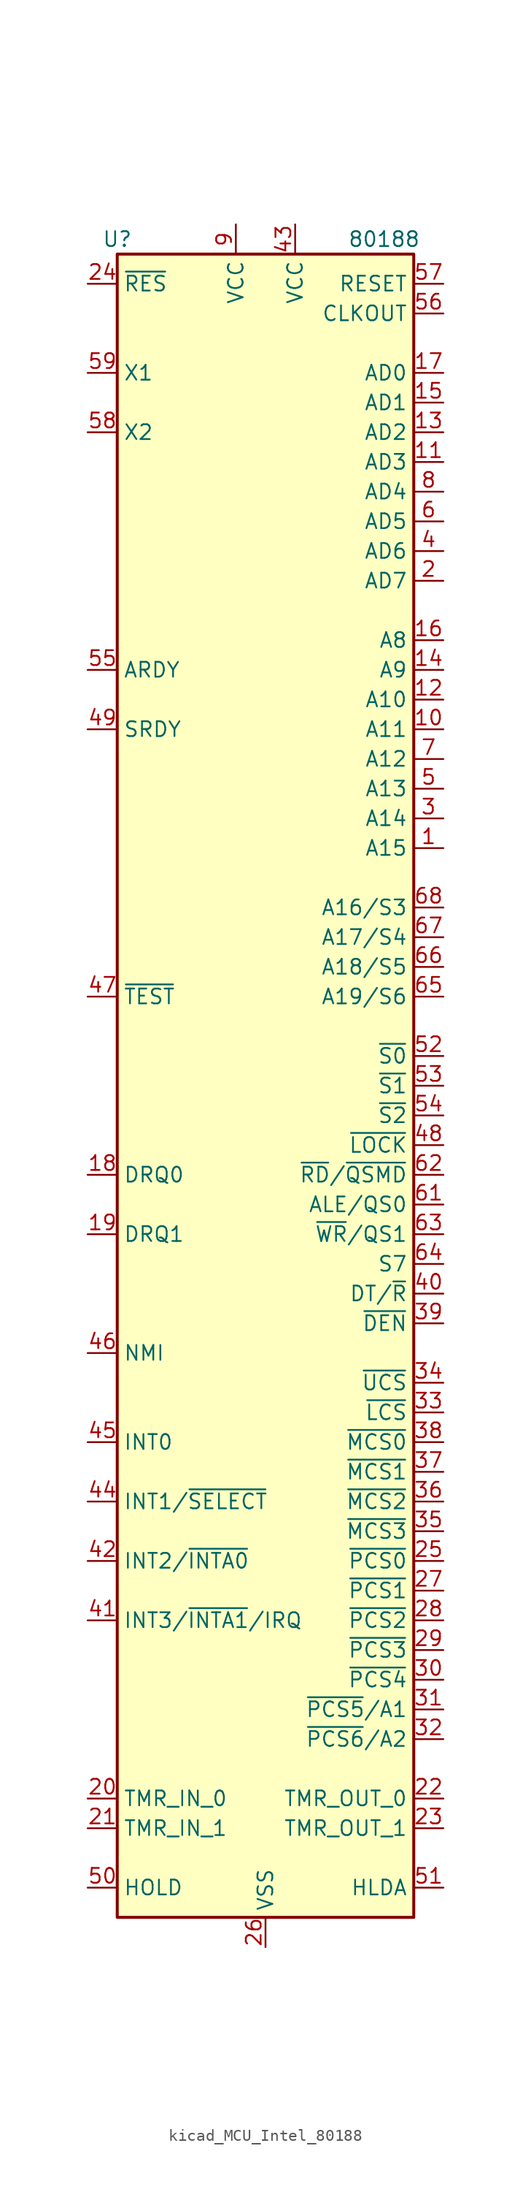
<source format=kicad_sym>
(kicad_symbol_lib
  (version 20220914)
  (generator kicad_symbol_editor)
  (symbol "kicad_MCU_Intel_80188"
    (property "Reference" "U"
      (at -12.7 72.39 0)
      (effects (font (size 1.27 1.27))))
    (property "Value" "80188"
      (at 10.16 72.39 0)
      (effects (font (size 1.27 1.27))))
    (symbol "kicad_MCU_Intel_80188_0_1"
      (rectangle (start 12.7 -71.12) (end -12.7 71.12) (stroke (width 0.254) (type default)) (fill (type background))))
    (symbol "kicad_MCU_Intel_80188_1_1"
      (pin output line (at 15.24 20.32 180) (length 2.54) (name "A15" (effects (font (size 1.27 1.27)))) (number "1" (effects (font (size 1.27 1.27)))))
      (pin output line (at 15.24 30.48 180) (length 2.54) (name "A11" (effects (font (size 1.27 1.27)))) (number "10" (effects (font (size 1.27 1.27)))))
      (pin bidirectional line (at 15.24 53.34 180) (length 2.54) (name "AD3" (effects (font (size 1.27 1.27)))) (number "11" (effects (font (size 1.27 1.27)))))
      (pin output line (at 15.24 33.02 180) (length 2.54) (name "A10" (effects (font (size 1.27 1.27)))) (number "12" (effects (font (size 1.27 1.27)))))
      (pin bidirectional line (at 15.24 55.88 180) (length 2.54) (name "AD2" (effects (font (size 1.27 1.27)))) (number "13" (effects (font (size 1.27 1.27)))))
      (pin output line (at 15.24 35.56 180) (length 2.54) (name "A9" (effects (font (size 1.27 1.27)))) (number "14" (effects (font (size 1.27 1.27)))))
      (pin bidirectional line (at 15.24 58.42 180) (length 2.54) (name "AD1" (effects (font (size 1.27 1.27)))) (number "15" (effects (font (size 1.27 1.27)))))
      (pin output line (at 15.24 38.1 180) (length 2.54) (name "A8" (effects (font (size 1.27 1.27)))) (number "16" (effects (font (size 1.27 1.27)))))
      (pin bidirectional line (at 15.24 60.96 180) (length 2.54) (name "AD0" (effects (font (size 1.27 1.27)))) (number "17" (effects (font (size 1.27 1.27)))))
      (pin input line (at -15.24 -7.62 0) (length 2.54) (name "DRQ0" (effects (font (size 1.27 1.27)))) (number "18" (effects (font (size 1.27 1.27)))))
      (pin input line (at -15.24 -12.7 0) (length 2.54) (name "DRQ1" (effects (font (size 1.27 1.27)))) (number "19" (effects (font (size 1.27 1.27)))))
      (pin bidirectional line (at 15.24 43.18 180) (length 2.54) (name "AD7" (effects (font (size 1.27 1.27)))) (number "2" (effects (font (size 1.27 1.27)))))
      (pin input line (at -15.24 -60.96 0) (length 2.54) (name "TMR_IN_0" (effects (font (size 1.27 1.27)))) (number "20" (effects (font (size 1.27 1.27)))))
      (pin input line (at -15.24 -63.5 0) (length 2.54) (name "TMR_IN_1" (effects (font (size 1.27 1.27)))) (number "21" (effects (font (size 1.27 1.27)))))
      (pin output line (at 15.24 -60.96 180) (length 2.54) (name "TMR_OUT_0" (effects (font (size 1.27 1.27)))) (number "22" (effects (font (size 1.27 1.27)))))
      (pin output line (at 15.24 -63.5 180) (length 2.54) (name "TMR_OUT_1" (effects (font (size 1.27 1.27)))) (number "23" (effects (font (size 1.27 1.27)))))
      (pin input line (at -15.24 68.58 0) (length 2.54) (name "~{RES}" (effects (font (size 1.27 1.27)))) (number "24" (effects (font (size 1.27 1.27)))))
      (pin output line (at 15.24 -40.64 180) (length 2.54) (name "~{PCS0}" (effects (font (size 1.27 1.27)))) (number "25" (effects (font (size 1.27 1.27)))))
      (pin power_in line (at 0 -73.66 90) (length 2.54) (name "VSS" (effects (font (size 1.27 1.27)))) (number "26" (effects (font (size 1.27 1.27)))))
      (pin output line (at 15.24 -43.18 180) (length 2.54) (name "~{PCS1}" (effects (font (size 1.27 1.27)))) (number "27" (effects (font (size 1.27 1.27)))))
      (pin output line (at 15.24 -45.72 180) (length 2.54) (name "~{PCS2}" (effects (font (size 1.27 1.27)))) (number "28" (effects (font (size 1.27 1.27)))))
      (pin output line (at 15.24 -48.26 180) (length 2.54) (name "~{PCS3}" (effects (font (size 1.27 1.27)))) (number "29" (effects (font (size 1.27 1.27)))))
      (pin output line (at 15.24 22.86 180) (length 2.54) (name "A14" (effects (font (size 1.27 1.27)))) (number "3" (effects (font (size 1.27 1.27)))))
      (pin output line (at 15.24 -50.8 180) (length 2.54) (name "~{PCS4}" (effects (font (size 1.27 1.27)))) (number "30" (effects (font (size 1.27 1.27)))))
      (pin output line (at 15.24 -53.34 180) (length 2.54) (name "~{PCS5}/A1" (effects (font (size 1.27 1.27)))) (number "31" (effects (font (size 1.27 1.27)))))
      (pin output line (at 15.24 -55.88 180) (length 2.54) (name "~{PCS6}/A2" (effects (font (size 1.27 1.27)))) (number "32" (effects (font (size 1.27 1.27)))))
      (pin output line (at 15.24 -27.94 180) (length 2.54) (name "~{LCS}" (effects (font (size 1.27 1.27)))) (number "33" (effects (font (size 1.27 1.27)))))
      (pin output line (at 15.24 -25.4 180) (length 2.54) (name "~{UCS}" (effects (font (size 1.27 1.27)))) (number "34" (effects (font (size 1.27 1.27)))))
      (pin output line (at 15.24 -38.1 180) (length 2.54) (name "~{MCS3}" (effects (font (size 1.27 1.27)))) (number "35" (effects (font (size 1.27 1.27)))))
      (pin output line (at 15.24 -35.56 180) (length 2.54) (name "~{MCS2}" (effects (font (size 1.27 1.27)))) (number "36" (effects (font (size 1.27 1.27)))))
      (pin output line (at 15.24 -33.02 180) (length 2.54) (name "~{MCS1}" (effects (font (size 1.27 1.27)))) (number "37" (effects (font (size 1.27 1.27)))))
      (pin output line (at 15.24 -30.48 180) (length 2.54) (name "~{MCS0}" (effects (font (size 1.27 1.27)))) (number "38" (effects (font (size 1.27 1.27)))))
      (pin output line (at 15.24 -20.32 180) (length 2.54) (name "~{DEN}" (effects (font (size 1.27 1.27)))) (number "39" (effects (font (size 1.27 1.27)))))
      (pin bidirectional line (at 15.24 45.72 180) (length 2.54) (name "AD6" (effects (font (size 1.27 1.27)))) (number "4" (effects (font (size 1.27 1.27)))))
      (pin output line (at 15.24 -17.78 180) (length 2.54) (name "DT/~{R}" (effects (font (size 1.27 1.27)))) (number "40" (effects (font (size 1.27 1.27)))))
      (pin bidirectional line (at -15.24 -45.72 0) (length 2.54) (name "INT3/~{INTA1}/IRQ" (effects (font (size 1.27 1.27)))) (number "41" (effects (font (size 1.27 1.27)))))
      (pin bidirectional line (at -15.24 -40.64 0) (length 2.54) (name "INT2/~{INTA0}" (effects (font (size 1.27 1.27)))) (number "42" (effects (font (size 1.27 1.27)))))
      (pin power_in line (at 2.54 73.66 270) (length 2.54) (name "VCC" (effects (font (size 1.27 1.27)))) (number "43" (effects (font (size 1.27 1.27)))))
      (pin input line (at -15.24 -35.56 0) (length 2.54) (name "INT1/~{SELECT}" (effects (font (size 1.27 1.27)))) (number "44" (effects (font (size 1.27 1.27)))))
      (pin input line (at -15.24 -30.48 0) (length 2.54) (name "INT0" (effects (font (size 1.27 1.27)))) (number "45" (effects (font (size 1.27 1.27)))))
      (pin input line (at -15.24 -22.86 0) (length 2.54) (name "NMI" (effects (font (size 1.27 1.27)))) (number "46" (effects (font (size 1.27 1.27)))))
      (pin bidirectional line (at -15.24 7.62 0) (length 2.54) (name "~{TEST}" (effects (font (size 1.27 1.27)))) (number "47" (effects (font (size 1.27 1.27)))))
      (pin output line (at 15.24 -5.08 180) (length 2.54) (name "~{LOCK}" (effects (font (size 1.27 1.27)))) (number "48" (effects (font (size 1.27 1.27)))))
      (pin input line (at -15.24 30.48 0) (length 2.54) (name "SRDY" (effects (font (size 1.27 1.27)))) (number "49" (effects (font (size 1.27 1.27)))))
      (pin output line (at 15.24 25.4 180) (length 2.54) (name "A13" (effects (font (size 1.27 1.27)))) (number "5" (effects (font (size 1.27 1.27)))))
      (pin input line (at -15.24 -68.58 0) (length 2.54) (name "HOLD" (effects (font (size 1.27 1.27)))) (number "50" (effects (font (size 1.27 1.27)))))
      (pin output line (at 15.24 -68.58 180) (length 2.54) (name "HLDA" (effects (font (size 1.27 1.27)))) (number "51" (effects (font (size 1.27 1.27)))))
      (pin output line (at 15.24 2.54 180) (length 2.54) (name "~{S0}" (effects (font (size 1.27 1.27)))) (number "52" (effects (font (size 1.27 1.27)))))
      (pin output line (at 15.24 0 180) (length 2.54) (name "~{S1}" (effects (font (size 1.27 1.27)))) (number "53" (effects (font (size 1.27 1.27)))))
      (pin output line (at 15.24 -2.54 180) (length 2.54) (name "~{S2}" (effects (font (size 1.27 1.27)))) (number "54" (effects (font (size 1.27 1.27)))))
      (pin input line (at -15.24 35.56 0) (length 2.54) (name "ARDY" (effects (font (size 1.27 1.27)))) (number "55" (effects (font (size 1.27 1.27)))))
      (pin output line (at 15.24 66.04 180) (length 2.54) (name "CLKOUT" (effects (font (size 1.27 1.27)))) (number "56" (effects (font (size 1.27 1.27)))))
      (pin output line (at 15.24 68.58 180) (length 2.54) (name "RESET" (effects (font (size 1.27 1.27)))) (number "57" (effects (font (size 1.27 1.27)))))
      (pin output line (at -15.24 55.88 0) (length 2.54) (name "X2" (effects (font (size 1.27 1.27)))) (number "58" (effects (font (size 1.27 1.27)))))
      (pin input line (at -15.24 60.96 0) (length 2.54) (name "X1" (effects (font (size 1.27 1.27)))) (number "59" (effects (font (size 1.27 1.27)))))
      (pin bidirectional line (at 15.24 48.26 180) (length 2.54) (name "AD5" (effects (font (size 1.27 1.27)))) (number "6" (effects (font (size 1.27 1.27)))))
      (pin passive line (at 0 -73.66 90) (length 2.54) hide (name "VSS" (effects (font (size 1.27 1.27)))) (number "60" (effects (font (size 1.27 1.27)))))
      (pin output line (at 15.24 -10.16 180) (length 2.54) (name "ALE/QS0" (effects (font (size 1.27 1.27)))) (number "61" (effects (font (size 1.27 1.27)))))
      (pin bidirectional line (at 15.24 -7.62 180) (length 2.54) (name "~{RD}/~{QSMD}" (effects (font (size 1.27 1.27)))) (number "62" (effects (font (size 1.27 1.27)))))
      (pin output line (at 15.24 -12.7 180) (length 2.54) (name "~{WR}/QS1" (effects (font (size 1.27 1.27)))) (number "63" (effects (font (size 1.27 1.27)))))
      (pin output line (at 15.24 -15.24 180) (length 2.54) (name "S7" (effects (font (size 1.27 1.27)))) (number "64" (effects (font (size 1.27 1.27)))))
      (pin output line (at 15.24 7.62 180) (length 2.54) (name "A19/S6" (effects (font (size 1.27 1.27)))) (number "65" (effects (font (size 1.27 1.27)))))
      (pin output line (at 15.24 10.16 180) (length 2.54) (name "A18/S5" (effects (font (size 1.27 1.27)))) (number "66" (effects (font (size 1.27 1.27)))))
      (pin output line (at 15.24 12.7 180) (length 2.54) (name "A17/S4" (effects (font (size 1.27 1.27)))) (number "67" (effects (font (size 1.27 1.27)))))
      (pin output line (at 15.24 15.24 180) (length 2.54) (name "A16/S3" (effects (font (size 1.27 1.27)))) (number "68" (effects (font (size 1.27 1.27)))))
      (pin output line (at 15.24 27.94 180) (length 2.54) (name "A12" (effects (font (size 1.27 1.27)))) (number "7" (effects (font (size 1.27 1.27)))))
      (pin bidirectional line (at 15.24 50.8 180) (length 2.54) (name "AD4" (effects (font (size 1.27 1.27)))) (number "8" (effects (font (size 1.27 1.27)))))
      (pin power_in line (at -2.54 73.66 270) (length 2.54) (name "VCC" (effects (font (size 1.27 1.27)))) (number "9" (effects (font (size 1.27 1.27))))))))
</source>
